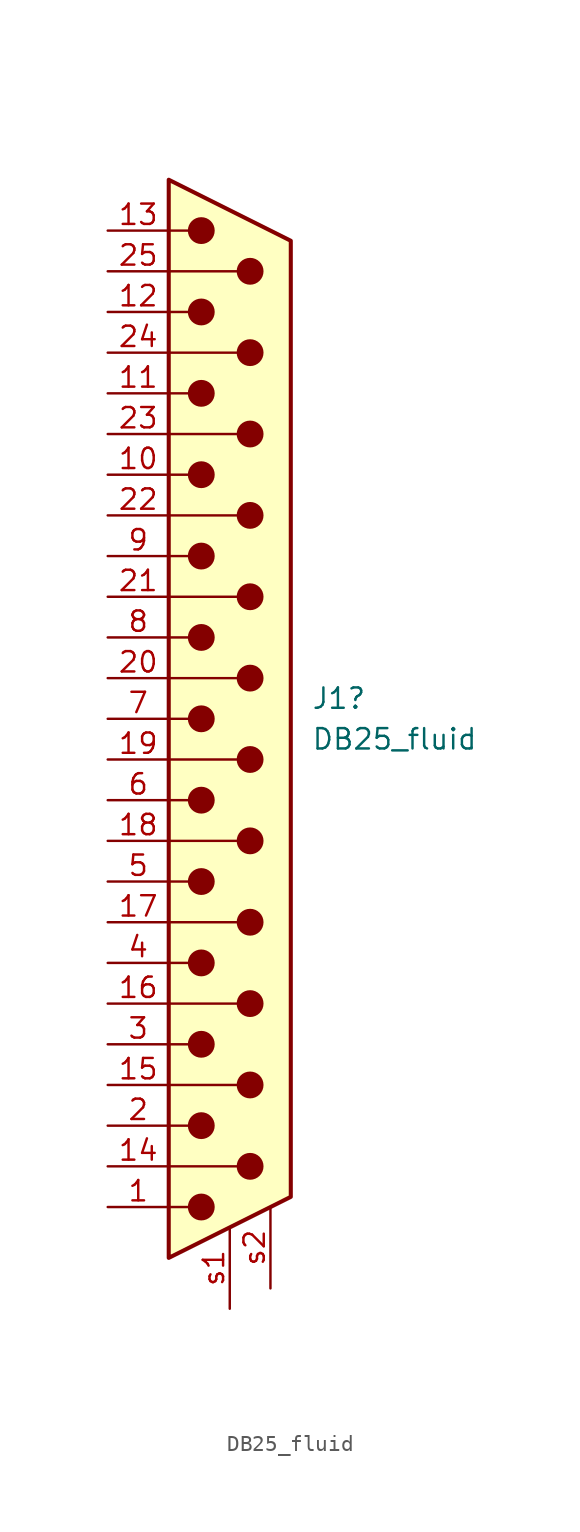
<source format=kicad_sym>
(kicad_symbol_lib
  (version 20241209)
  (generator "kicad_symbol_editor")
  (generator_version "9.0")
  (symbol "DB25_fluid"
    (pin_names
      (offset 1.016)
      (hide yes))
    (property "Reference" "J1"
      (at 5.08 1.27 0)
      (effects (font (size 1.27 1.27)) (justify left)))
    (property "Value" "DB25_fluid"
      (at 5.08 -1.27 0)
      (effects (font (size 1.27 1.27)) (justify left)))
    (symbol "DB25_fluid_0_1"
      (polyline (pts (xy -3.81 30.48) (xy -2.54 30.48)) (stroke (width 0) (type default)) (fill (type none)))
      (polyline (pts (xy -3.81 27.94) (xy 0.508 27.94)) (stroke (width 0) (type default)) (fill (type none)))
      (polyline (pts (xy -3.81 25.4) (xy -2.54 25.4)) (stroke (width 0) (type default)) (fill (type none)))
      (polyline (pts (xy -3.81 22.86) (xy 0.508 22.86)) (stroke (width 0) (type default)) (fill (type none)))
      (polyline (pts (xy -3.81 20.32) (xy -2.54 20.32)) (stroke (width 0) (type default)) (fill (type none)))
      (polyline (pts (xy -3.81 17.78) (xy 0.508 17.78)) (stroke (width 0) (type default)) (fill (type none)))
      (polyline (pts (xy -3.81 15.24) (xy -2.54 15.24)) (stroke (width 0) (type default)) (fill (type none)))
      (polyline (pts (xy -3.81 12.7) (xy 0.508 12.7)) (stroke (width 0) (type default)) (fill (type none)))
      (polyline (pts (xy -3.81 10.16) (xy -2.54 10.16)) (stroke (width 0) (type default)) (fill (type none)))
      (polyline (pts (xy -3.81 7.62) (xy 0.508 7.62)) (stroke (width 0) (type default)) (fill (type none)))
      (polyline (pts (xy -3.81 5.08) (xy -2.54 5.08)) (stroke (width 0) (type default)) (fill (type none)))
      (polyline (pts (xy -3.81 2.54) (xy 0.508 2.54)) (stroke (width 0) (type default)) (fill (type none)))
      (polyline (pts (xy -3.81 0) (xy -2.54 0)) (stroke (width 0) (type default)) (fill (type none)))
      (polyline (pts (xy -3.81 -2.54) (xy 0.508 -2.54)) (stroke (width 0) (type default)) (fill (type none)))
      (polyline (pts (xy -3.81 -5.08) (xy -2.54 -5.08)) (stroke (width 0) (type default)) (fill (type none)))
      (polyline (pts (xy -3.81 -7.62) (xy 0.508 -7.62)) (stroke (width 0) (type default)) (fill (type none)))
      (polyline (pts (xy -3.81 -10.16) (xy -2.54 -10.16)) (stroke (width 0) (type default)) (fill (type none)))
      (polyline (pts (xy -3.81 -12.7) (xy 0.508 -12.7)) (stroke (width 0) (type default)) (fill (type none)))
      (polyline (pts (xy -3.81 -15.24) (xy -2.54 -15.24)) (stroke (width 0) (type default)) (fill (type none)))
      (polyline (pts (xy -3.81 -17.78) (xy 0.508 -17.78)) (stroke (width 0) (type default)) (fill (type none)))
      (polyline (pts (xy -3.81 -20.32) (xy -2.54 -20.32)) (stroke (width 0) (type default)) (fill (type none)))
      (polyline (pts (xy -3.81 -22.86) (xy 0.508 -22.86)) (stroke (width 0) (type default)) (fill (type none)))
      (polyline (pts (xy -3.81 -25.4) (xy -2.54 -25.4)) (stroke (width 0) (type default)) (fill (type none)))
      (polyline (pts (xy -3.81 -27.94) (xy 0.508 -27.94)) (stroke (width 0) (type default)) (fill (type none)))
      (polyline (pts (xy -3.81 -30.48) (xy -2.54 -30.48)) (stroke (width 0) (type default)) (fill (type none)))
      (polyline (pts (xy -3.81 -33.655) (xy 3.81 -29.845) (xy 3.81 29.845) (xy -3.81 33.655) (xy -3.81 -33.655)) (stroke (width 0.254) (type default)) (fill (type background)))
      (circle (center -1.778 30.48) (radius 0.762) (stroke (width 0) (type default)) (fill (type outline)))
      (circle (center -1.778 25.4) (radius 0.762) (stroke (width 0) (type default)) (fill (type outline)))
      (circle (center -1.778 20.32) (radius 0.762) (stroke (width 0) (type default)) (fill (type outline)))
      (circle (center -1.778 15.24) (radius 0.762) (stroke (width 0) (type default)) (fill (type outline)))
      (circle (center -1.778 10.16) (radius 0.762) (stroke (width 0) (type default)) (fill (type outline)))
      (circle (center -1.778 5.08) (radius 0.762) (stroke (width 0) (type default)) (fill (type outline)))
      (circle (center -1.778 0) (radius 0.762) (stroke (width 0) (type default)) (fill (type outline)))
      (circle (center -1.778 -5.08) (radius 0.762) (stroke (width 0) (type default)) (fill (type outline)))
      (circle (center -1.778 -10.16) (radius 0.762) (stroke (width 0) (type default)) (fill (type outline)))
      (circle (center -1.778 -15.24) (radius 0.762) (stroke (width 0) (type default)) (fill (type outline)))
      (circle (center -1.778 -20.32) (radius 0.762) (stroke (width 0) (type default)) (fill (type outline)))
      (circle (center -1.778 -25.4) (radius 0.762) (stroke (width 0) (type default)) (fill (type outline)))
      (circle (center -1.778 -30.48) (radius 0.762) (stroke (width 0) (type default)) (fill (type outline)))
      (circle (center 1.27 27.94) (radius 0.762) (stroke (width 0) (type default)) (fill (type outline)))
      (circle (center 1.27 22.86) (radius 0.762) (stroke (width 0) (type default)) (fill (type outline)))
      (circle (center 1.27 17.78) (radius 0.762) (stroke (width 0) (type default)) (fill (type outline)))
      (circle (center 1.27 12.7) (radius 0.762) (stroke (width 0) (type default)) (fill (type outline)))
      (circle (center 1.27 7.62) (radius 0.762) (stroke (width 0) (type default)) (fill (type outline)))
      (circle (center 1.27 2.54) (radius 0.762) (stroke (width 0) (type default)) (fill (type outline)))
      (circle (center 1.27 -2.54) (radius 0.762) (stroke (width 0) (type default)) (fill (type outline)))
      (circle (center 1.27 -7.62) (radius 0.762) (stroke (width 0) (type default)) (fill (type outline)))
      (circle (center 1.27 -12.7) (radius 0.762) (stroke (width 0) (type default)) (fill (type outline)))
      (circle (center 1.27 -17.78) (radius 0.762) (stroke (width 0) (type default)) (fill (type outline)))
      (circle (center 1.27 -22.86) (radius 0.762) (stroke (width 0) (type default)) (fill (type outline)))
      (circle (center 1.27 -27.94) (radius 0.762) (stroke (width 0) (type default)) (fill (type outline))))
    (symbol "DB25_fluid_1_1"
      (pin passive line (at -7.62 30.48 0) (length 3.81) (name "13" (effects (font (size 1.27 1.27)))) (number "13" (effects (font (size 1.27 1.27)))))
      (pin passive line (at -7.62 27.94 0) (length 3.81) (name "P25" (effects (font (size 1.27 1.27)))) (number "25" (effects (font (size 1.27 1.27)))))
      (pin passive line (at -7.62 25.4 0) (length 3.81) (name "12" (effects (font (size 1.27 1.27)))) (number "12" (effects (font (size 1.27 1.27)))))
      (pin passive line (at -7.62 22.86 0) (length 3.81) (name "P24" (effects (font (size 1.27 1.27)))) (number "24" (effects (font (size 1.27 1.27)))))
      (pin passive line (at -7.62 20.32 0) (length 3.81) (name "11" (effects (font (size 1.27 1.27)))) (number "11" (effects (font (size 1.27 1.27)))))
      (pin passive line (at -7.62 17.78 0) (length 3.81) (name "P23" (effects (font (size 1.27 1.27)))) (number "23" (effects (font (size 1.27 1.27)))))
      (pin passive line (at -7.62 15.24 0) (length 3.81) (name "10" (effects (font (size 1.27 1.27)))) (number "10" (effects (font (size 1.27 1.27)))))
      (pin passive line (at -7.62 12.7 0) (length 3.81) (name "P22" (effects (font (size 1.27 1.27)))) (number "22" (effects (font (size 1.27 1.27)))))
      (pin passive line (at -7.62 10.16 0) (length 3.81) (name "9" (effects (font (size 1.27 1.27)))) (number "9" (effects (font (size 1.27 1.27)))))
      (pin passive line (at -7.62 7.62 0) (length 3.81) (name "P21" (effects (font (size 1.27 1.27)))) (number "21" (effects (font (size 1.27 1.27)))))
      (pin passive line (at -7.62 5.08 0) (length 3.81) (name "8" (effects (font (size 1.27 1.27)))) (number "8" (effects (font (size 1.27 1.27)))))
      (pin passive line (at -7.62 2.54 0) (length 3.81) (name "P20" (effects (font (size 1.27 1.27)))) (number "20" (effects (font (size 1.27 1.27)))))
      (pin passive line (at -7.62 0 0) (length 3.81) (name "7" (effects (font (size 1.27 1.27)))) (number "7" (effects (font (size 1.27 1.27)))))
      (pin passive line (at -7.62 -2.54 0) (length 3.81) (name "P19" (effects (font (size 1.27 1.27)))) (number "19" (effects (font (size 1.27 1.27)))))
      (pin passive line (at -7.62 -5.08 0) (length 3.81) (name "6" (effects (font (size 1.27 1.27)))) (number "6" (effects (font (size 1.27 1.27)))))
      (pin passive line (at -7.62 -7.62 0) (length 3.81) (name "P18" (effects (font (size 1.27 1.27)))) (number "18" (effects (font (size 1.27 1.27)))))
      (pin passive line (at -7.62 -10.16 0) (length 3.81) (name "5" (effects (font (size 1.27 1.27)))) (number "5" (effects (font (size 1.27 1.27)))))
      (pin passive line (at -7.62 -12.7 0) (length 3.81) (name "P17" (effects (font (size 1.27 1.27)))) (number "17" (effects (font (size 1.27 1.27)))))
      (pin passive line (at -7.62 -15.24 0) (length 3.81) (name "4" (effects (font (size 1.27 1.27)))) (number "4" (effects (font (size 1.27 1.27)))))
      (pin passive line (at -7.62 -17.78 0) (length 3.81) (name "P16" (effects (font (size 1.27 1.27)))) (number "16" (effects (font (size 1.27 1.27)))))
      (pin passive line (at -7.62 -20.32 0) (length 3.81) (name "3" (effects (font (size 1.27 1.27)))) (number "3" (effects (font (size 1.27 1.27)))))
      (pin passive line (at -7.62 -22.86 0) (length 3.81) (name "P15" (effects (font (size 1.27 1.27)))) (number "15" (effects (font (size 1.27 1.27)))))
      (pin passive line (at -7.62 -25.4 0) (length 3.81) (name "2" (effects (font (size 1.27 1.27)))) (number "2" (effects (font (size 1.27 1.27)))))
      (pin passive line (at -7.62 -27.94 0) (length 3.81) (name "P14" (effects (font (size 1.27 1.27)))) (number "14" (effects (font (size 1.27 1.27)))))
      (pin passive line (at -7.62 -30.48 0) (length 3.81) (name "1" (effects (font (size 1.27 1.27)))) (number "1" (effects (font (size 1.27 1.27)))))
      (pin passive line (at 0 -36.83 90) (length 5.08) (name "" (effects (font (size 1.27 1.27)))) (number "s1" (effects (font (size 1.27 1.27)))))
      (pin passive line (at 2.54 -35.56 90) (length 5.08) (name "" (effects (font (size 1.27 1.27)))) (number "s2" (effects (font (size 1.27 1.27))))))))
</source>
